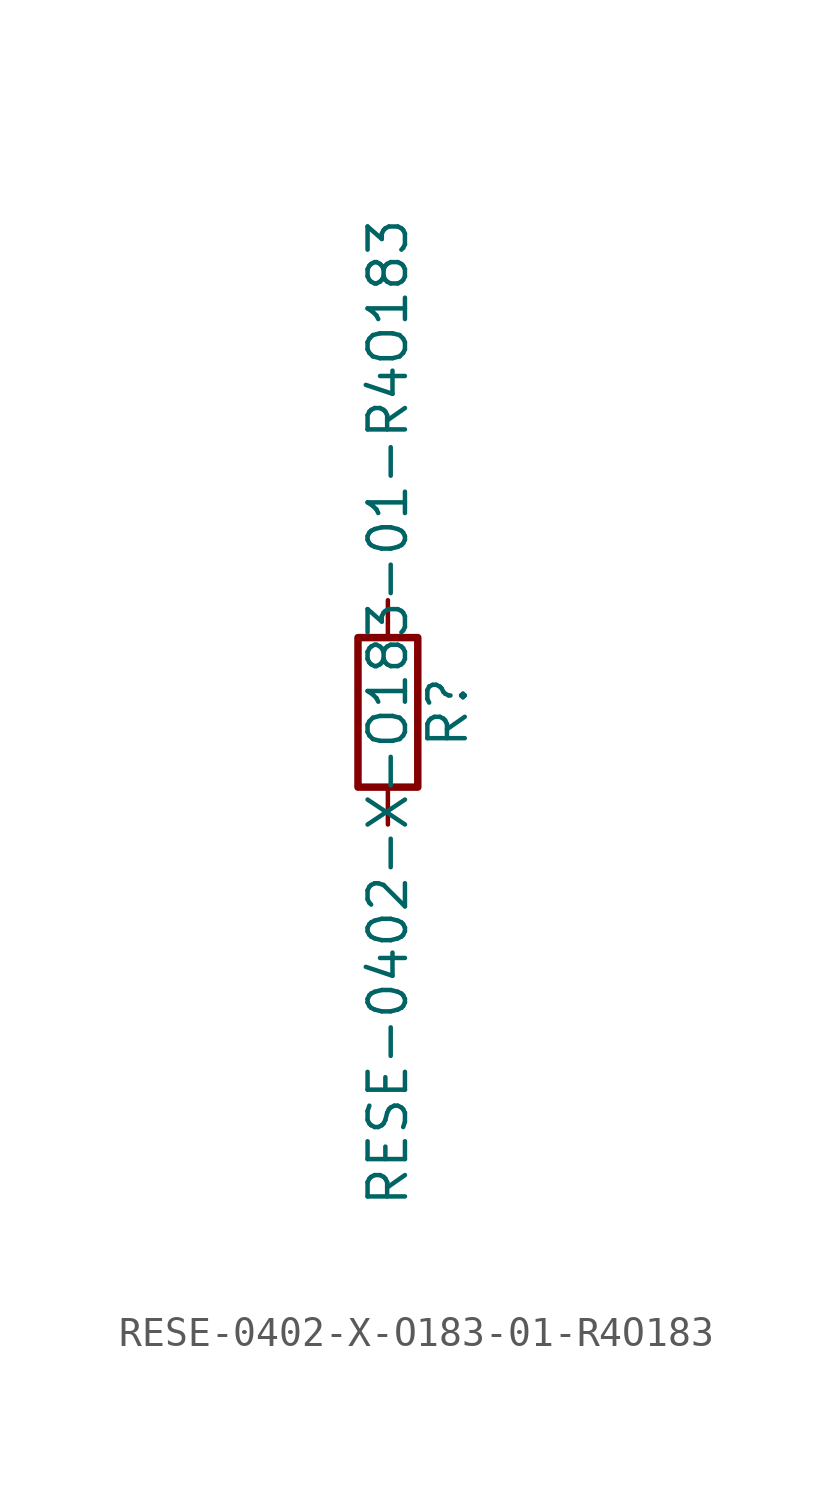
<source format=kicad_sym>
(kicad_symbol_lib
  (version 20211014)
  (generator kicad_symbol_editor)
  (symbol "RESE-0402-X-O183-01-R4O183"
    (pin_numbers hide)
    (pin_names
      (offset 0))
    (property "Reference" "R"
      (at 2.032 0 90)
      (effects (font (size 1.27 1.27))))
    (property "Value" "RESE-0402-X-O183-01-R4O183"
      (at 0 0 90)
      (effects (font (size 1.27 1.27))))
    (symbol "RESE-0402-X-O183-01-R4O183_0_1"
      (rectangle (start -1.016 -2.54) (end 1.016 2.54) (stroke (width 0.254) (type default) (color 0 0 0 0)) (fill (type none))))
    (symbol "RESE-0402-X-O183-01-R4O183_1_1"
      (pin passive line (at 0 3.81 270) (length 1.27) (name "~" (effects (font (size 1.27 1.27)))) (number "1" (effects (font (size 1.27 1.27)))))
      (pin passive line (at 0 -3.81 90) (length 1.27) (name "~" (effects (font (size 1.27 1.27)))) (number "2" (effects (font (size 1.27 1.27))))))))
</source>
